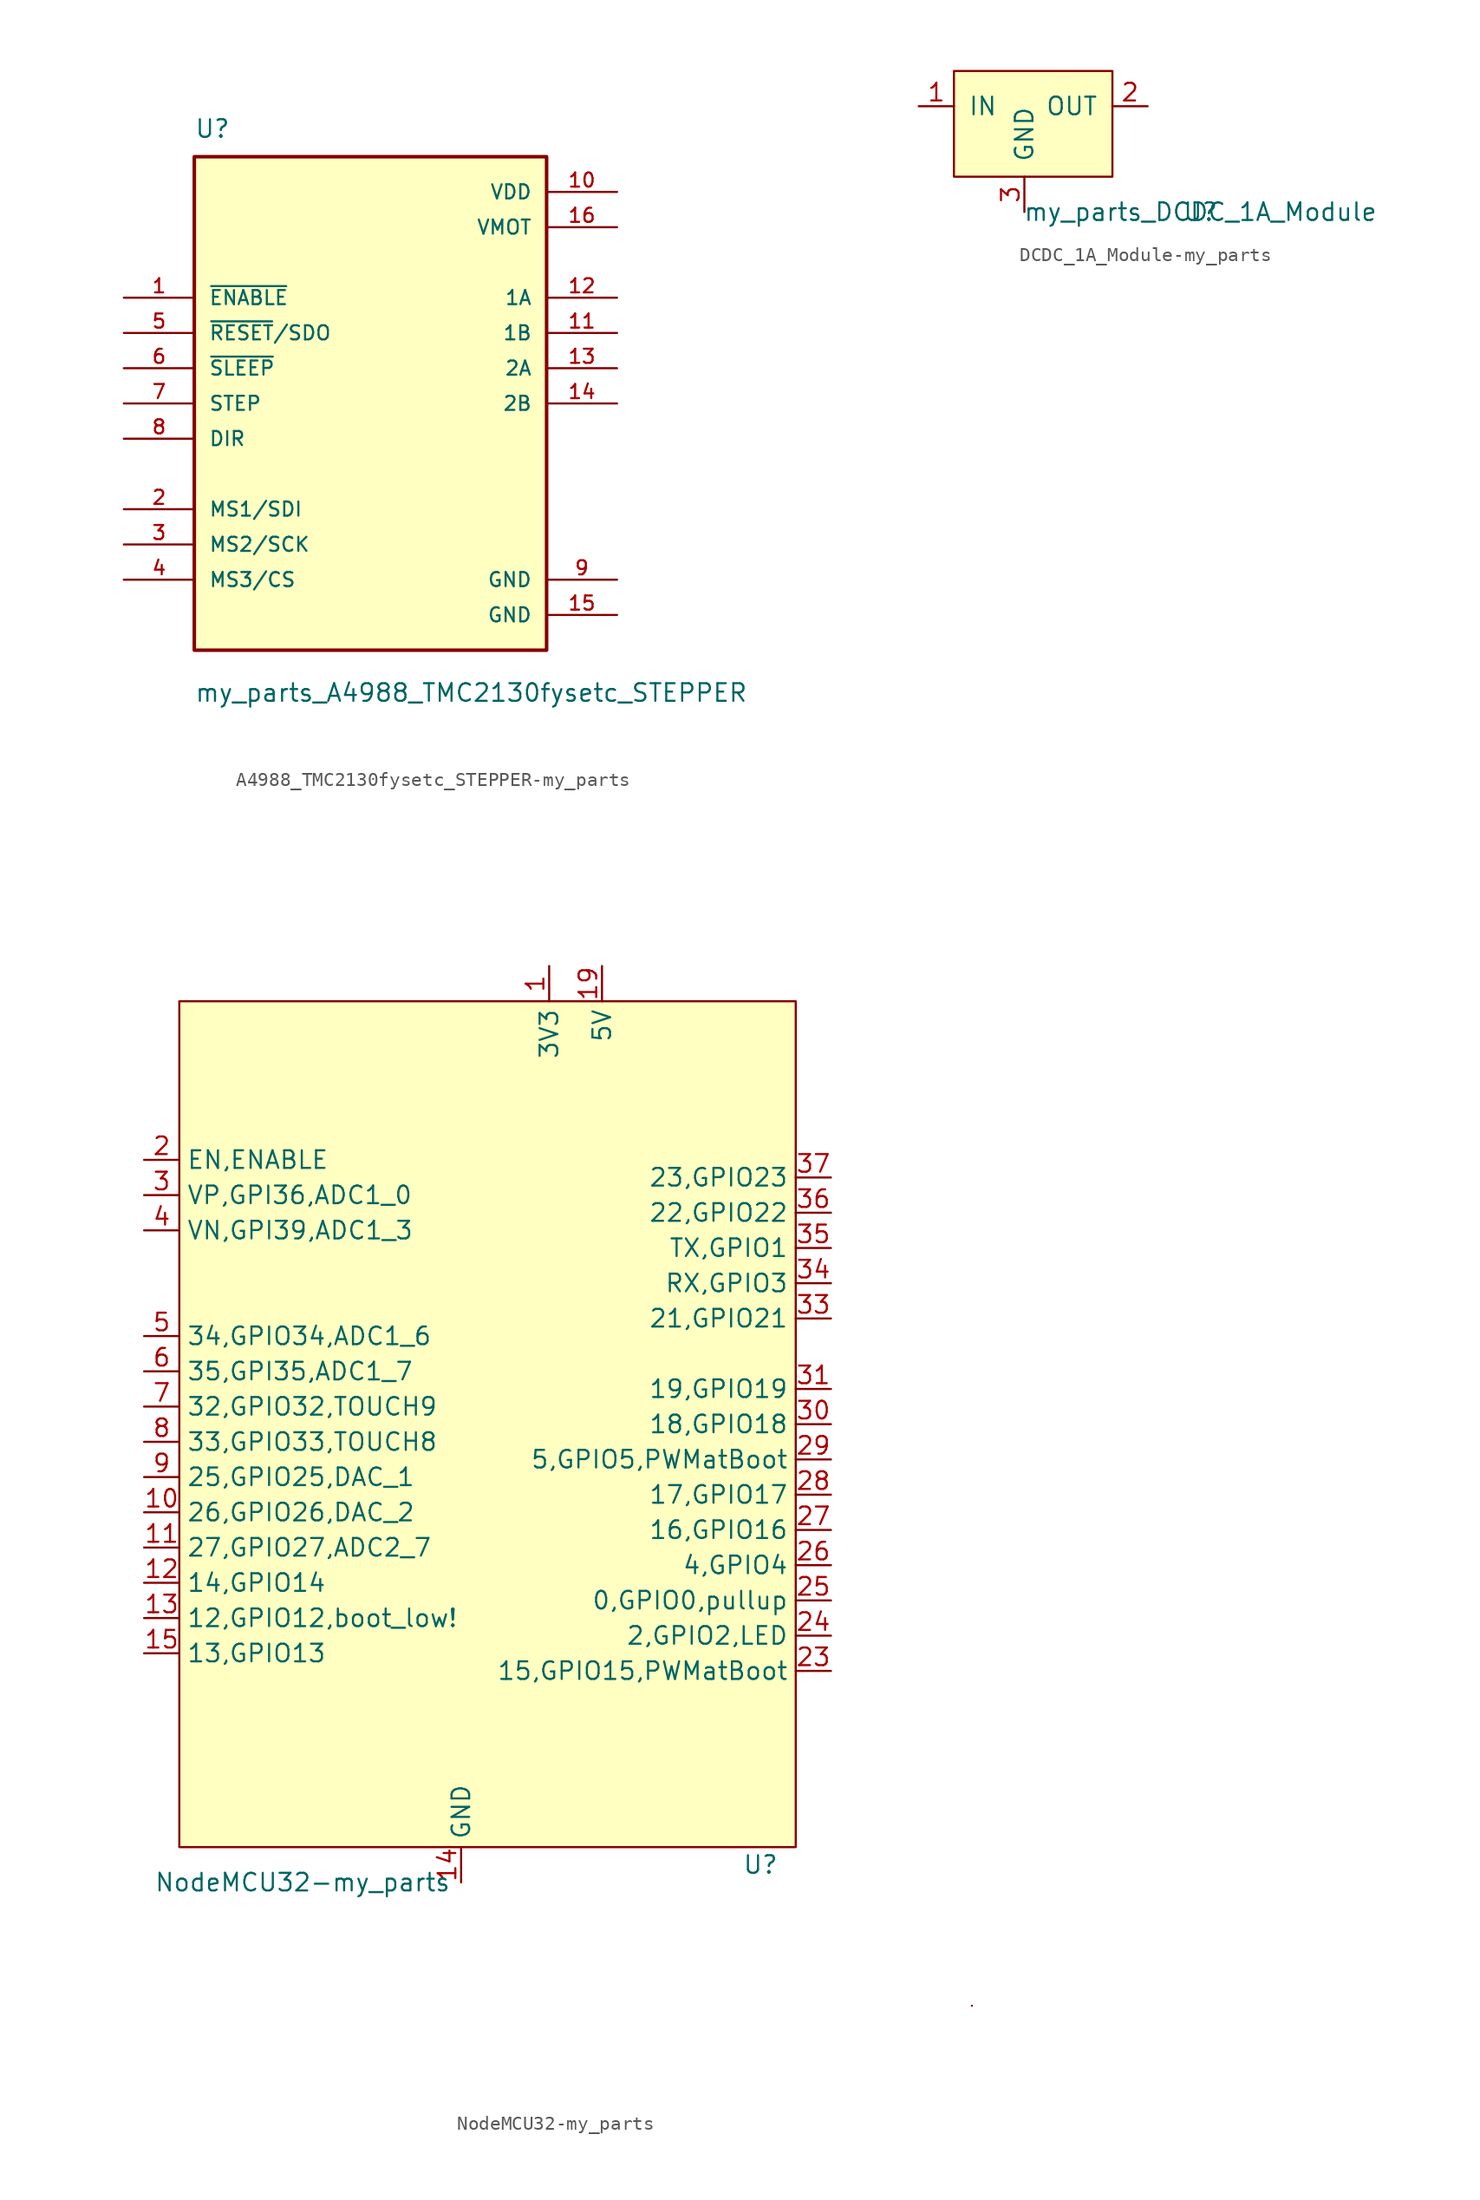
<source format=kicad_sym>
(kicad_symbol_lib
  (version 20231120)
  (generator "kicad_symbol_editor")
  (generator_version "8.0")
  (symbol "A4988_TMC2130fysetc_STEPPER-my_parts"
    (pin_names
      (offset 1.016))
    (property "Reference" "U"
      (at -12.7 19.05 0)
      (effects (font (size 1.27 1.27)) (justify left bottom)))
    (property "Value" "my_parts_A4988_TMC2130fysetc_STEPPER"
      (at -12.7 -21.59 0)
      (effects (font (size 1.27 1.27)) (justify left bottom)))
    (symbol "A4988_TMC2130fysetc_STEPPER-my_parts_0_0"
      (rectangle (start -12.7 -17.78) (end 12.7 17.78) (stroke (width 0.254) (type solid)) (fill (type background)))
      (pin input line (at -17.78 7.62 0) (length 5.08) (name "~{ENABLE}" (effects (font (size 1.016 1.016)))) (number "1" (effects (font (size 1.016 1.016)))))
      (pin power_in line (at 17.78 15.24 180) (length 5.08) (name "VDD" (effects (font (size 1.016 1.016)))) (number "10" (effects (font (size 1.016 1.016)))))
      (pin output line (at 17.78 5.08 180) (length 5.08) (name "1B" (effects (font (size 1.016 1.016)))) (number "11" (effects (font (size 1.016 1.016)))))
      (pin output line (at 17.78 7.62 180) (length 5.08) (name "1A" (effects (font (size 1.016 1.016)))) (number "12" (effects (font (size 1.016 1.016)))))
      (pin output line (at 17.78 2.54 180) (length 5.08) (name "2A" (effects (font (size 1.016 1.016)))) (number "13" (effects (font (size 1.016 1.016)))))
      (pin output line (at 17.78 0 180) (length 5.08) (name "2B" (effects (font (size 1.016 1.016)))) (number "14" (effects (font (size 1.016 1.016)))))
      (pin power_in line (at 17.78 -15.24 180) (length 5.08) (name "GND" (effects (font (size 1.016 1.016)))) (number "15" (effects (font (size 1.016 1.016)))))
      (pin power_in line (at 17.78 12.7 180) (length 5.08) (name "VMOT" (effects (font (size 1.016 1.016)))) (number "16" (effects (font (size 1.016 1.016)))))
      (pin input line (at -17.78 -7.62 0) (length 5.08) (name "MS1/SDI" (effects (font (size 1.016 1.016)))) (number "2" (effects (font (size 1.016 1.016)))))
      (pin input line (at -17.78 -10.16 0) (length 5.08) (name "MS2/SCK" (effects (font (size 1.016 1.016)))) (number "3" (effects (font (size 1.016 1.016)))))
      (pin input line (at -17.78 -12.7 0) (length 5.08) (name "MS3/CS" (effects (font (size 1.016 1.016)))) (number "4" (effects (font (size 1.016 1.016)))))
      (pin input line (at -17.78 5.08 0) (length 5.08) (name "~{RESET}/SDO" (effects (font (size 1.016 1.016)))) (number "5" (effects (font (size 1.016 1.016)))))
      (pin input line (at -17.78 2.54 0) (length 5.08) (name "~{SLEEP}" (effects (font (size 1.016 1.016)))) (number "6" (effects (font (size 1.016 1.016)))))
      (pin input line (at -17.78 0 0) (length 5.08) (name "STEP" (effects (font (size 1.016 1.016)))) (number "7" (effects (font (size 1.016 1.016)))))
      (pin input line (at -17.78 -2.54 0) (length 5.08) (name "DIR" (effects (font (size 1.016 1.016)))) (number "8" (effects (font (size 1.016 1.016)))))
      (pin power_in line (at 17.78 -12.7 180) (length 5.08) (name "GND" (effects (font (size 1.016 1.016)))) (number "9" (effects (font (size 1.016 1.016)))))))
  (symbol "DCDC_1A_Module-my_parts"
    (pin_names
      (offset 1.016))
    (property "Reference" "U"
      (at 12.7 0 0)
      (effects (font (size 1.27 1.27))))
    (property "Value" "my_parts_DCDC_1A_Module"
      (at 12.7 0 0)
      (effects (font (size 1.27 1.27))))
    (symbol "DCDC_1A_Module-my_parts_0_1"
      (rectangle (start -5.08 10.16) (end 6.35 2.54) (stroke (width 0) (type solid)) (fill (type background))))
    (symbol "DCDC_1A_Module-my_parts_1_1"
      (pin power_in line (at -7.62 7.62 0) (length 2.54) (name "IN" (effects (font (size 1.27 1.27)))) (number "1" (effects (font (size 1.27 1.27)))))
      (pin power_out line (at 8.89 7.62 180) (length 2.54) (name "OUT" (effects (font (size 1.27 1.27)))) (number "2" (effects (font (size 1.27 1.27)))))
      (pin power_in line (at 0 0 90) (length 2.54) (name "GND" (effects (font (size 1.27 1.27)))) (number "3" (effects (font (size 1.27 1.27)))))))
  (symbol "NodeMCU32-my_parts"
    (property "Reference" "U"
      (at 17.78 -31.75 0)
      (effects (font (size 1.27 1.27))))
    (property "Value" "NodeMCU32-my_parts"
      (at -15.24 -33.02 0)
      (effects (font (size 1.27 1.27))))
    (symbol "NodeMCU32-my_parts_0_1"
      (rectangle (start -24.13 30.48) (end 20.32 -30.48) (stroke (width 0) (type solid)) (fill (type background)))
      (rectangle (start 33.02 -41.91) (end 33.02 -41.91) (stroke (width 0) (type solid)) (fill (type none))))
    (symbol "NodeMCU32-my_parts_1_1"
      (pin power_out line (at 2.54 33.02 270) (length 2.54) (name "3V3" (effects (font (size 1.27 1.27)))) (number "1" (effects (font (size 1.27 1.27)))))
      (pin bidirectional line (at -26.67 -6.35 0) (length 2.54) (name "26,GPIO26,DAC_2" (effects (font (size 1.27 1.27)))) (number "10" (effects (font (size 1.27 1.27)))))
      (pin bidirectional line (at -26.67 -8.89 0) (length 2.54) (name "27,GPIO27,ADC2_7" (effects (font (size 1.27 1.27)))) (number "11" (effects (font (size 1.27 1.27)))))
      (pin bidirectional line (at -26.67 -11.43 0) (length 2.54) (name "14,GPIO14" (effects (font (size 1.27 1.27)))) (number "12" (effects (font (size 1.27 1.27)))))
      (pin bidirectional line (at -26.67 -13.97 0) (length 2.54) (name "12,GPIO12,boot_low!" (effects (font (size 1.27 1.27)))) (number "13" (effects (font (size 1.27 1.27)))))
      (pin power_in line (at -3.81 -33.02 90) (length 2.54) (name "GND" (effects (font (size 1.27 1.27)))) (number "14" (effects (font (size 1.27 1.27)))))
      (pin bidirectional line (at -26.67 -16.51 0) (length 2.54) (name "13,GPIO13" (effects (font (size 1.27 1.27)))) (number "15" (effects (font (size 1.27 1.27)))))
      (pin no_connect line (at -26.67 -19.05 0) (length 2.54) hide (name "D2,GPIO9,FLASH" (effects (font (size 1.27 1.27)))) (number "16" (effects (font (size 1.27 1.27)))))
      (pin no_connect line (at -26.67 -21.59 0) (length 2.54) hide (name "D3,GPIO10,FLASH" (effects (font (size 1.27 1.27)))) (number "17" (effects (font (size 1.27 1.27)))))
      (pin no_connect line (at -26.67 -24.13 0) (length 2.54) hide (name "GPIO11" (effects (font (size 1.27 1.27)))) (number "18" (effects (font (size 1.27 1.27)))))
      (pin power_in line (at 6.35 33.02 270) (length 2.54) (name "5V" (effects (font (size 1.27 1.27)))) (number "19" (effects (font (size 1.27 1.27)))))
      (pin input line (at -26.67 19.05 0) (length 2.54) (name "EN,ENABLE" (effects (font (size 1.27 1.27)))) (number "2" (effects (font (size 1.27 1.27)))))
      (pin no_connect line (at 22.86 -25.4 180) (length 2.54) hide (name "CLK" (effects (font (size 1.27 1.27)))) (number "20" (effects (font (size 1.27 1.27)))))
      (pin no_connect line (at 22.86 -22.86 180) (length 2.54) hide (name "SD0" (effects (font (size 1.27 1.27)))) (number "21" (effects (font (size 1.27 1.27)))))
      (pin no_connect line (at 22.86 -20.32 180) (length 2.54) hide (name "SD1" (effects (font (size 1.27 1.27)))) (number "22" (effects (font (size 1.27 1.27)))))
      (pin bidirectional line (at 22.86 -17.78 180) (length 2.54) (name "15,GPIO15,PWMatBoot" (effects (font (size 1.27 1.27)))) (number "23" (effects (font (size 1.27 1.27)))))
      (pin bidirectional line (at 22.86 -15.24 180) (length 2.54) (name "2,GPIO2,LED" (effects (font (size 1.27 1.27)))) (number "24" (effects (font (size 1.27 1.27)))))
      (pin bidirectional line (at 22.86 -12.7 180) (length 2.54) (name "0,GPIO0,pullup" (effects (font (size 1.27 1.27)))) (number "25" (effects (font (size 1.27 1.27)))))
      (pin bidirectional line (at 22.86 -10.16 180) (length 2.54) (name "4,GPIO4" (effects (font (size 1.27 1.27)))) (number "26" (effects (font (size 1.27 1.27)))))
      (pin bidirectional line (at 22.86 -7.62 180) (length 2.54) (name "16,GPIO16" (effects (font (size 1.27 1.27)))) (number "27" (effects (font (size 1.27 1.27)))))
      (pin bidirectional line (at 22.86 -5.08 180) (length 2.54) (name "17,GPIO17" (effects (font (size 1.27 1.27)))) (number "28" (effects (font (size 1.27 1.27)))))
      (pin bidirectional line (at 22.86 -2.54 180) (length 2.54) (name "5,GPIO5,PWMatBoot" (effects (font (size 1.27 1.27)))) (number "29" (effects (font (size 1.27 1.27)))))
      (pin input line (at -26.67 16.51 0) (length 2.54) (name "VP,GPI36,ADC1_0" (effects (font (size 1.27 1.27)))) (number "3" (effects (font (size 1.27 1.27)))))
      (pin bidirectional line (at 22.86 0 180) (length 2.54) (name "18,GPIO18" (effects (font (size 1.27 1.27)))) (number "30" (effects (font (size 1.27 1.27)))))
      (pin bidirectional line (at 22.86 2.54 180) (length 2.54) (name "19,GPIO19" (effects (font (size 1.27 1.27)))) (number "31" (effects (font (size 1.27 1.27)))))
      (pin bidirectional line (at 22.86 5.08 180) (length 2.54) hide (name "GND" (effects (font (size 1.27 1.27)))) (number "32" (effects (font (size 1.27 1.27)))))
      (pin bidirectional line (at 22.86 7.62 180) (length 2.54) (name "21,GPIO21" (effects (font (size 1.27 1.27)))) (number "33" (effects (font (size 1.27 1.27)))))
      (pin bidirectional line (at 22.86 10.16 180) (length 2.54) (name "RX,GPIO3" (effects (font (size 1.27 1.27)))) (number "34" (effects (font (size 1.27 1.27)))))
      (pin bidirectional line (at 22.86 12.7 180) (length 2.54) (name "TX,GPIO1" (effects (font (size 1.27 1.27)))) (number "35" (effects (font (size 1.27 1.27)))))
      (pin bidirectional line (at 22.86 15.24 180) (length 2.54) (name "22,GPIO22" (effects (font (size 1.27 1.27)))) (number "36" (effects (font (size 1.27 1.27)))))
      (pin bidirectional line (at 22.86 17.78 180) (length 2.54) (name "23,GPIO23" (effects (font (size 1.27 1.27)))) (number "37" (effects (font (size 1.27 1.27)))))
      (pin power_in line (at 7.62 -33.02 90) (length 2.54) hide (name "GND" (effects (font (size 1.27 1.27)))) (number "38" (effects (font (size 1.27 1.27)))))
      (pin input line (at -26.67 13.97 0) (length 2.54) (name "VN,GPI39,ADC1_3" (effects (font (size 1.27 1.27)))) (number "4" (effects (font (size 1.27 1.27)))))
      (pin bidirectional line (at -26.67 6.35 0) (length 2.54) (name "34,GPIO34,ADC1_6" (effects (font (size 1.27 1.27)))) (number "5" (effects (font (size 1.27 1.27)))))
      (pin input line (at -26.67 3.81 0) (length 2.54) (name "35,GPI35,ADC1_7" (effects (font (size 1.27 1.27)))) (number "6" (effects (font (size 1.27 1.27)))))
      (pin bidirectional line (at -26.67 1.27 0) (length 2.54) (name "32,GPIO32,TOUCH9" (effects (font (size 1.27 1.27)))) (number "7" (effects (font (size 1.27 1.27)))))
      (pin bidirectional line (at -26.67 -1.27 0) (length 2.54) (name "33,GPIO33,TOUCH8" (effects (font (size 1.27 1.27)))) (number "8" (effects (font (size 1.27 1.27)))))
      (pin bidirectional line (at -26.67 -3.81 0) (length 2.54) (name "25,GPIO25,DAC_1" (effects (font (size 1.27 1.27)))) (number "9" (effects (font (size 1.27 1.27))))))))
</source>
